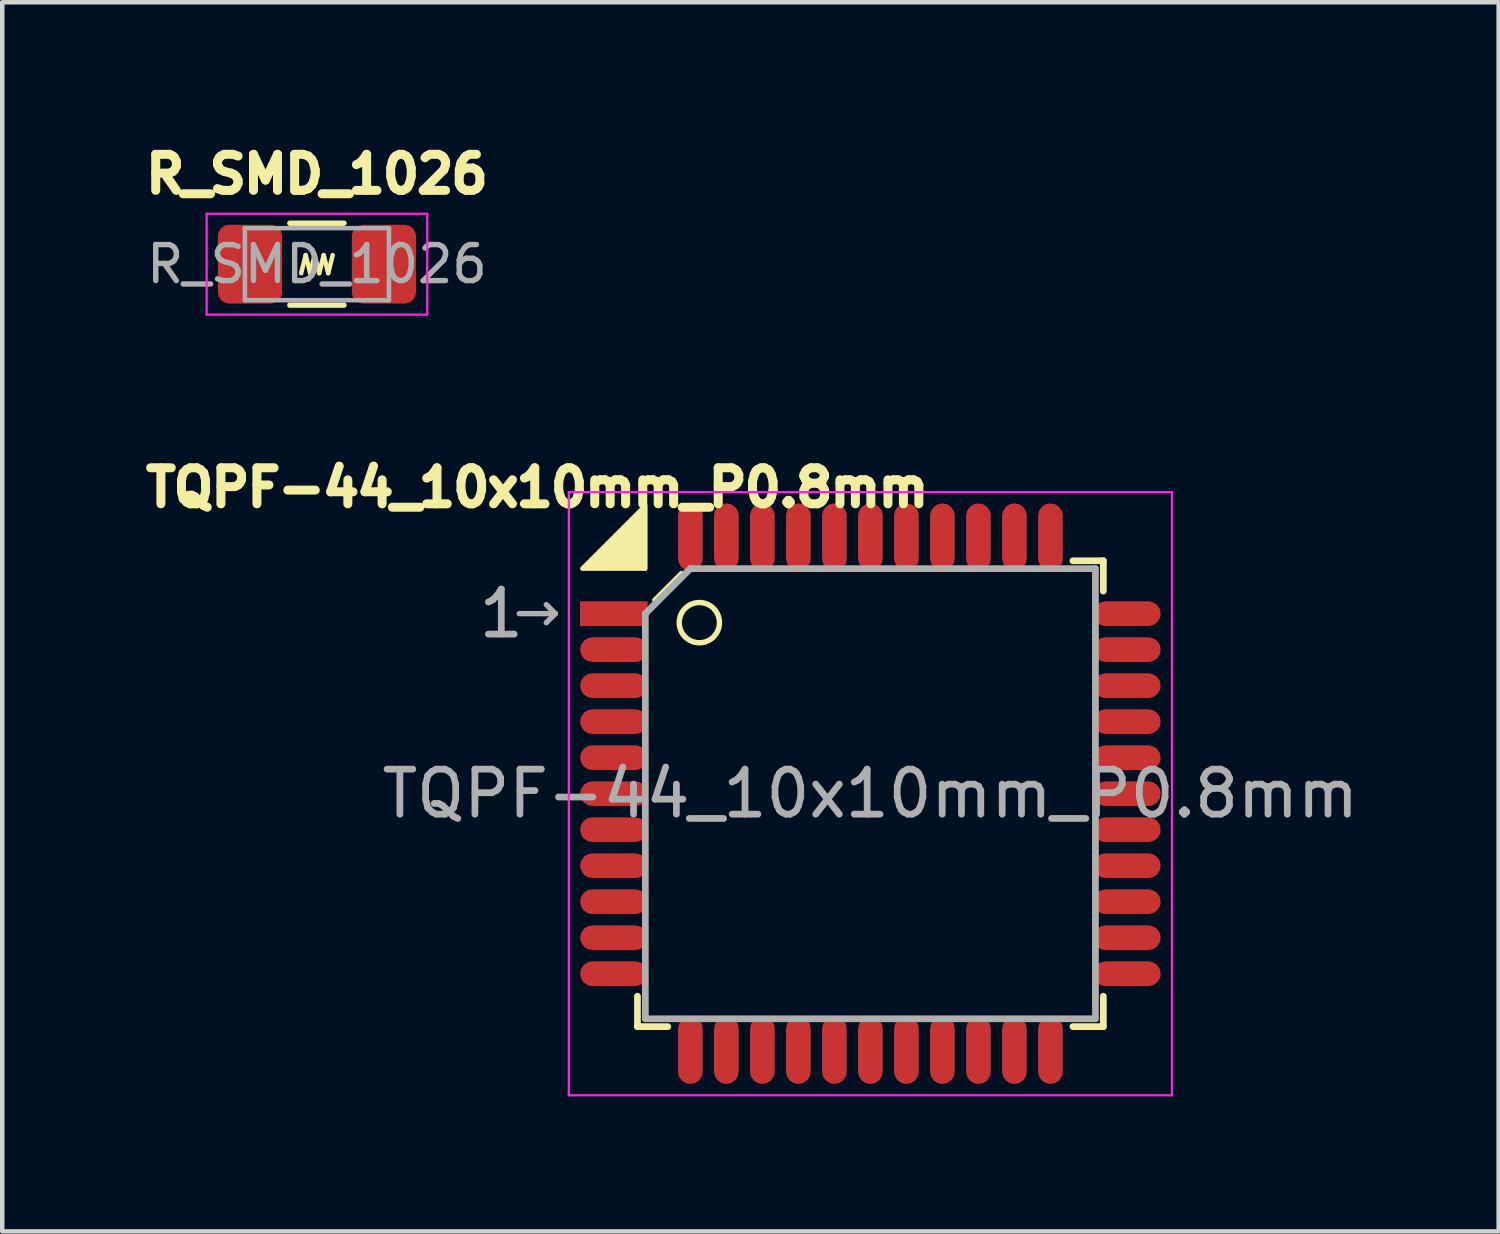
<source format=kicad_pcb>
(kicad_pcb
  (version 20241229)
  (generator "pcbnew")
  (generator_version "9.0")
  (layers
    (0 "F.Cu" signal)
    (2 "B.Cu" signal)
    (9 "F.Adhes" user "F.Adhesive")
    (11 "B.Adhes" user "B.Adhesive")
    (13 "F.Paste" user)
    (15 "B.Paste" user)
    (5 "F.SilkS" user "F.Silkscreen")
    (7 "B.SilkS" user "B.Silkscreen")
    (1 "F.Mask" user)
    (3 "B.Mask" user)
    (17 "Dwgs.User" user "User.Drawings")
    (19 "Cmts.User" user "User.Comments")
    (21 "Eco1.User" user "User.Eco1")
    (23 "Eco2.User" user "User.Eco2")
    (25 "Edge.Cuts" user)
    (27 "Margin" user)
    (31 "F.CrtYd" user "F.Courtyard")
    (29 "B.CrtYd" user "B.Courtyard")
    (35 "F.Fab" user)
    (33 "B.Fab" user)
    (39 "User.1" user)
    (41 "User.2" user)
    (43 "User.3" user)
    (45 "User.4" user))
  (footprint "R_SMD_1026"
    (layer "F.Cu")
    (at 3.991 2.819)
    (property "Reference" "R_SMD_1026" (at 0 -2 0) (layer "F.SilkS") (effects (font (size 0.8 0.8) (thickness 0.2))))
    (attr smd)
    (fp_line (start -0.602 -0.91) (end 0.602 -0.91) (stroke (width 0.12) (type solid)) (layer "F.SilkS"))
    (fp_line (start -0.602 0.91) (end 0.602 0.91) (stroke (width 0.12) (type solid)) (layer "F.SilkS"))
    (fp_line (start -0.35 0.2) (end -0.25 -0.2) (stroke (width 0.1) (type solid)) (layer "F.SilkS"))
    (fp_line (start -0.25 -0.2) (end -0.15 0.2) (stroke (width 0.1) (type solid)) (layer "F.SilkS"))
    (fp_line (start -0.15 0.2) (end -0.05 -0.2) (stroke (width 0.1) (type solid)) (layer "F.SilkS"))
    (fp_line (start -0.05 -0.2) (end 0.05 0.2) (stroke (width 0.1) (type solid)) (layer "F.SilkS"))
    (fp_line (start 0.05 0.2) (end 0.15 -0.2) (stroke (width 0.1) (type solid)) (layer "F.SilkS"))
    (fp_line (start 0.15 -0.2) (end 0.25 0.2) (stroke (width 0.1) (type solid)) (layer "F.SilkS"))
    (fp_line (start 0.25 0.2) (end 0.35 -0.2) (stroke (width 0.1) (type solid)) (layer "F.SilkS"))
    (fp_line (start -2.45 -1.12) (end 2.45 -1.12) (stroke (width 0.05) (type solid)) (layer "F.CrtYd"))
    (fp_line (start -2.45 1.12) (end -2.45 -1.12) (stroke (width 0.05) (type solid)) (layer "F.CrtYd"))
    (fp_line (start 2.45 -1.12) (end 2.45 1.12) (stroke (width 0.05) (type solid)) (layer "F.CrtYd"))
    (fp_line (start 2.45 1.12) (end -2.45 1.12) (stroke (width 0.05) (type solid)) (layer "F.CrtYd"))
    (fp_line (start -1.6 -0.8) (end 1.6 -0.8) (stroke (width 0.1) (type solid)) (layer "F.Fab"))
    (fp_line (start -1.6 0.8) (end -1.6 -0.8) (stroke (width 0.1) (type solid)) (layer "F.Fab"))
    (fp_line (start 1.6 -0.8) (end 1.6 0.8) (stroke (width 0.1) (type solid)) (layer "F.Fab"))
    (fp_line (start 1.6 0.8) (end -1.6 0.8) (stroke (width 0.1) (type solid)) (layer "F.Fab"))
    (fp_text user "${REFERENCE}" (at 0 0 0) (layer "F.Fab") (effects (font (size 0.8 0.8) (thickness 0.12))))
    (pad "1" smd roundrect (at -1.488 0) (size 1.425 1.75) (layers "F.Cu" "F.Mask" "F.Paste") (roundrect_rratio 0.175))
    (pad "2" smd roundrect (at 1.488 0) (size 1.425 1.75) (layers "F.Cu" "F.Mask" "F.Paste") (roundrect_rratio 0.175)))
  (footprint "TQPF-44_10x10mm_P0.8mm"
    (layer "F.Cu")
    (at 16.287 14.583)
    (property "Reference" "TQPF-44_10x10mm_P0.8mm" (at -7.4 -6.8 0) (layer "F.SilkS") (effects (font (size 0.8 0.8) (thickness 0.2))))
    (attr smd)
    (fp_line (start -5.175 5.175) (end -5.175 4.5) (stroke (width 0.15) (type solid)) (layer "F.SilkS"))
    (fp_line (start -5.175 5.175) (end -4.5 5.175) (stroke (width 0.15) (type solid)) (layer "F.SilkS"))
    (fp_line (start -4.8 -4.3) (end -4.2 -4.9) (stroke (width 0.1) (type solid)) (layer "F.SilkS"))
    (fp_line (start 5.175 -5.175) (end 4.5 -5.175) (stroke (width 0.15) (type solid)) (layer "F.SilkS"))
    (fp_line (start 5.175 -5.175) (end 5.175 -4.5) (stroke (width 0.15) (type solid)) (layer "F.SilkS"))
    (fp_line (start 5.175 5.175) (end 4.5 5.175) (stroke (width 0.15) (type solid)) (layer "F.SilkS"))
    (fp_line (start 5.175 5.175) (end 5.175 4.5) (stroke (width 0.15) (type solid)) (layer "F.SilkS"))
    (fp_circle (center -3.8 -3.8) (end -3.353 -3.8) (stroke (width 0.12) (type solid)) (fill no) (layer "F.SilkS"))
    (fp_poly (pts (xy -6.4 -5) (xy -5 -5) (xy -5 -6.4)) (stroke (width 0.1) (type solid)) (fill yes) (layer "F.SilkS"))
    (fp_line (start -6.7 -6.7) (end -6.7 6.7) (stroke (width 0.05) (type solid)) (layer "F.CrtYd"))
    (fp_line (start -6.7 -6.7) (end 6.7 -6.7) (stroke (width 0.05) (type solid)) (layer "F.CrtYd"))
    (fp_line (start -6.7 6.7) (end 6.7 6.7) (stroke (width 0.05) (type solid)) (layer "F.CrtYd"))
    (fp_line (start 6.7 -6.7) (end 6.7 6.7) (stroke (width 0.05) (type solid)) (layer "F.CrtYd"))
    (fp_line (start -7.8 -4) (end -7 -4) (stroke (width 0.12) (type solid)) (layer "F.Fab"))
    (fp_line (start -7 -4) (end -7.2 -4.2) (stroke (width 0.12) (type solid)) (layer "F.Fab"))
    (fp_line (start -7 -4) (end -7.2 -3.8) (stroke (width 0.12) (type solid)) (layer "F.Fab"))
    (fp_line (start -5 -4) (end -4 -5) (stroke (width 0.15) (type solid)) (layer "F.Fab"))
    (fp_line (start -5 5) (end -5 -4) (stroke (width 0.15) (type solid)) (layer "F.Fab"))
    (fp_line (start -4 -5) (end 5 -5) (stroke (width 0.15) (type solid)) (layer "F.Fab"))
    (fp_line (start 5 -5) (end 5 5) (stroke (width 0.15) (type solid)) (layer "F.Fab"))
    (fp_line (start 5 5) (end -5 5) (stroke (width 0.15) (type solid)) (layer "F.Fab"))
    (fp_text user "1" (at -8.2 -4 0) (layer "F.Fab") (effects (font (size 1 1) (thickness 0.15))))
    (fp_text user "${REFERENCE}" (at 0 0 0) (layer "F.Fab") (effects (font (size 1 1) (thickness 0.15))))
    (pad "1" smd rect (at -5.7 -4) (size 1.5 0.55) (layers "F.Cu" "F.Mask" "F.Paste"))
    (pad "2" smd roundrect (at -5.7 -3.2) (size 1.5 0.55) (layers "F.Cu" "F.Mask" "F.Paste") (roundrect_rratio 0.5))
    (pad "3" smd roundrect (at -5.7 -2.4) (size 1.5 0.55) (layers "F.Cu" "F.Mask" "F.Paste") (roundrect_rratio 0.5))
    (pad "4" smd roundrect (at -5.7 -1.6) (size 1.5 0.55) (layers "F.Cu" "F.Mask" "F.Paste") (roundrect_rratio 0.5))
    (pad "5" smd roundrect (at -5.7 -0.8) (size 1.5 0.55) (layers "F.Cu" "F.Mask" "F.Paste") (roundrect_rratio 0.5))
    (pad "6" smd roundrect (at -5.7 0) (size 1.5 0.55) (layers "F.Cu" "F.Mask" "F.Paste") (roundrect_rratio 0.5))
    (pad "7" smd roundrect (at -5.7 0.8) (size 1.5 0.55) (layers "F.Cu" "F.Mask" "F.Paste") (roundrect_rratio 0.5))
    (pad "8" smd roundrect (at -5.7 1.6) (size 1.5 0.55) (layers "F.Cu" "F.Mask" "F.Paste") (roundrect_rratio 0.5))
    (pad "9" smd roundrect (at -5.7 2.4) (size 1.5 0.55) (layers "F.Cu" "F.Mask" "F.Paste") (roundrect_rratio 0.5))
    (pad "10" smd roundrect (at -5.7 3.2) (size 1.5 0.55) (layers "F.Cu" "F.Mask" "F.Paste") (roundrect_rratio 0.5))
    (pad "11" smd roundrect (at -5.7 4) (size 1.5 0.55) (layers "F.Cu" "F.Mask" "F.Paste") (roundrect_rratio 0.5))
    (pad "12" smd roundrect (at -4 5.7 90) (size 1.5 0.55) (layers "F.Cu" "F.Mask" "F.Paste") (roundrect_rratio 0.5))
    (pad "13" smd roundrect (at -3.2 5.7 90) (size 1.5 0.55) (layers "F.Cu" "F.Mask" "F.Paste") (roundrect_rratio 0.5))
    (pad "14" smd roundrect (at -2.4 5.7 90) (size 1.5 0.55) (layers "F.Cu" "F.Mask" "F.Paste") (roundrect_rratio 0.5))
    (pad "15" smd roundrect (at -1.6 5.7 90) (size 1.5 0.55) (layers "F.Cu" "F.Mask" "F.Paste") (roundrect_rratio 0.5))
    (pad "16" smd roundrect (at -0.8 5.7 90) (size 1.5 0.55) (layers "F.Cu" "F.Mask" "F.Paste") (roundrect_rratio 0.5))
    (pad "17" smd roundrect (at 0 5.7 90) (size 1.5 0.55) (layers "F.Cu" "F.Mask" "F.Paste") (roundrect_rratio 0.5))
    (pad "18" smd roundrect (at 0.8 5.7 90) (size 1.5 0.55) (layers "F.Cu" "F.Mask" "F.Paste") (roundrect_rratio 0.5))
    (pad "19" smd roundrect (at 1.6 5.7 90) (size 1.5 0.55) (layers "F.Cu" "F.Mask" "F.Paste") (roundrect_rratio 0.5))
    (pad "20" smd roundrect (at 2.4 5.7 90) (size 1.5 0.55) (layers "F.Cu" "F.Mask" "F.Paste") (roundrect_rratio 0.5))
    (pad "21" smd roundrect (at 3.2 5.7 90) (size 1.5 0.55) (layers "F.Cu" "F.Mask" "F.Paste") (roundrect_rratio 0.5))
    (pad "22" smd roundrect (at 4 5.7 90) (size 1.5 0.55) (layers "F.Cu" "F.Mask" "F.Paste") (roundrect_rratio 0.5))
    (pad "23" smd roundrect (at 5.7 4) (size 1.5 0.55) (layers "F.Cu" "F.Mask" "F.Paste") (roundrect_rratio 0.5))
    (pad "24" smd roundrect (at 5.7 3.2) (size 1.5 0.55) (layers "F.Cu" "F.Mask" "F.Paste") (roundrect_rratio 0.5))
    (pad "25" smd roundrect (at 5.7 2.4) (size 1.5 0.55) (layers "F.Cu" "F.Mask" "F.Paste") (roundrect_rratio 0.5))
    (pad "26" smd roundrect (at 5.7 1.6) (size 1.5 0.55) (layers "F.Cu" "F.Mask" "F.Paste") (roundrect_rratio 0.5))
    (pad "27" smd roundrect (at 5.7 0.8) (size 1.5 0.55) (layers "F.Cu" "F.Mask" "F.Paste") (roundrect_rratio 0.5))
    (pad "28" smd roundrect (at 5.7 0) (size 1.5 0.55) (layers "F.Cu" "F.Mask" "F.Paste") (roundrect_rratio 0.5))
    (pad "29" smd roundrect (at 5.7 -0.8) (size 1.5 0.55) (layers "F.Cu" "F.Mask" "F.Paste") (roundrect_rratio 0.5))
    (pad "30" smd roundrect (at 5.7 -1.6) (size 1.5 0.55) (layers "F.Cu" "F.Mask" "F.Paste") (roundrect_rratio 0.5))
    (pad "31" smd roundrect (at 5.7 -2.4) (size 1.5 0.55) (layers "F.Cu" "F.Mask" "F.Paste") (roundrect_rratio 0.5))
    (pad "32" smd roundrect (at 5.7 -3.2) (size 1.5 0.55) (layers "F.Cu" "F.Mask" "F.Paste") (roundrect_rratio 0.5))
    (pad "33" smd roundrect (at 5.7 -4) (size 1.5 0.55) (layers "F.Cu" "F.Mask" "F.Paste") (roundrect_rratio 0.5))
    (pad "34" smd roundrect (at 4 -5.7 90) (size 1.5 0.55) (layers "F.Cu" "F.Mask" "F.Paste") (roundrect_rratio 0.5))
    (pad "35" smd roundrect (at 3.2 -5.7 90) (size 1.5 0.55) (layers "F.Cu" "F.Mask" "F.Paste") (roundrect_rratio 0.5))
    (pad "36" smd roundrect (at 2.4 -5.7 90) (size 1.5 0.55) (layers "F.Cu" "F.Mask" "F.Paste") (roundrect_rratio 0.5))
    (pad "37" smd roundrect (at 1.6 -5.7 90) (size 1.5 0.55) (layers "F.Cu" "F.Mask" "F.Paste") (roundrect_rratio 0.5))
    (pad "38" smd roundrect (at 0.8 -5.7 90) (size 1.5 0.55) (layers "F.Cu" "F.Mask" "F.Paste") (roundrect_rratio 0.5))
    (pad "39" smd roundrect (at 0 -5.7 90) (size 1.5 0.55) (layers "F.Cu" "F.Mask" "F.Paste") (roundrect_rratio 0.5))
    (pad "40" smd roundrect (at -0.8 -5.7 90) (size 1.5 0.55) (layers "F.Cu" "F.Mask" "F.Paste") (roundrect_rratio 0.5))
    (pad "41" smd roundrect (at -1.6 -5.7 90) (size 1.5 0.55) (layers "F.Cu" "F.Mask" "F.Paste") (roundrect_rratio 0.5))
    (pad "42" smd roundrect (at -2.4 -5.7 90) (size 1.5 0.55) (layers "F.Cu" "F.Mask" "F.Paste") (roundrect_rratio 0.5))
    (pad "43" smd roundrect (at -3.2 -5.7 90) (size 1.5 0.55) (layers "F.Cu" "F.Mask" "F.Paste") (roundrect_rratio 0.5))
    (pad "44" smd roundrect (at -4 -5.7 90) (size 1.5 0.55) (layers "F.Cu" "F.Mask" "F.Paste") (roundrect_rratio 0.5)))
  (gr_rect
    (start -3 -3)
    (end 30.245 24.308)
    (stroke (width 0.1) (type default))
    (fill no)
    (layer "Edge.Cuts")))
</source>
